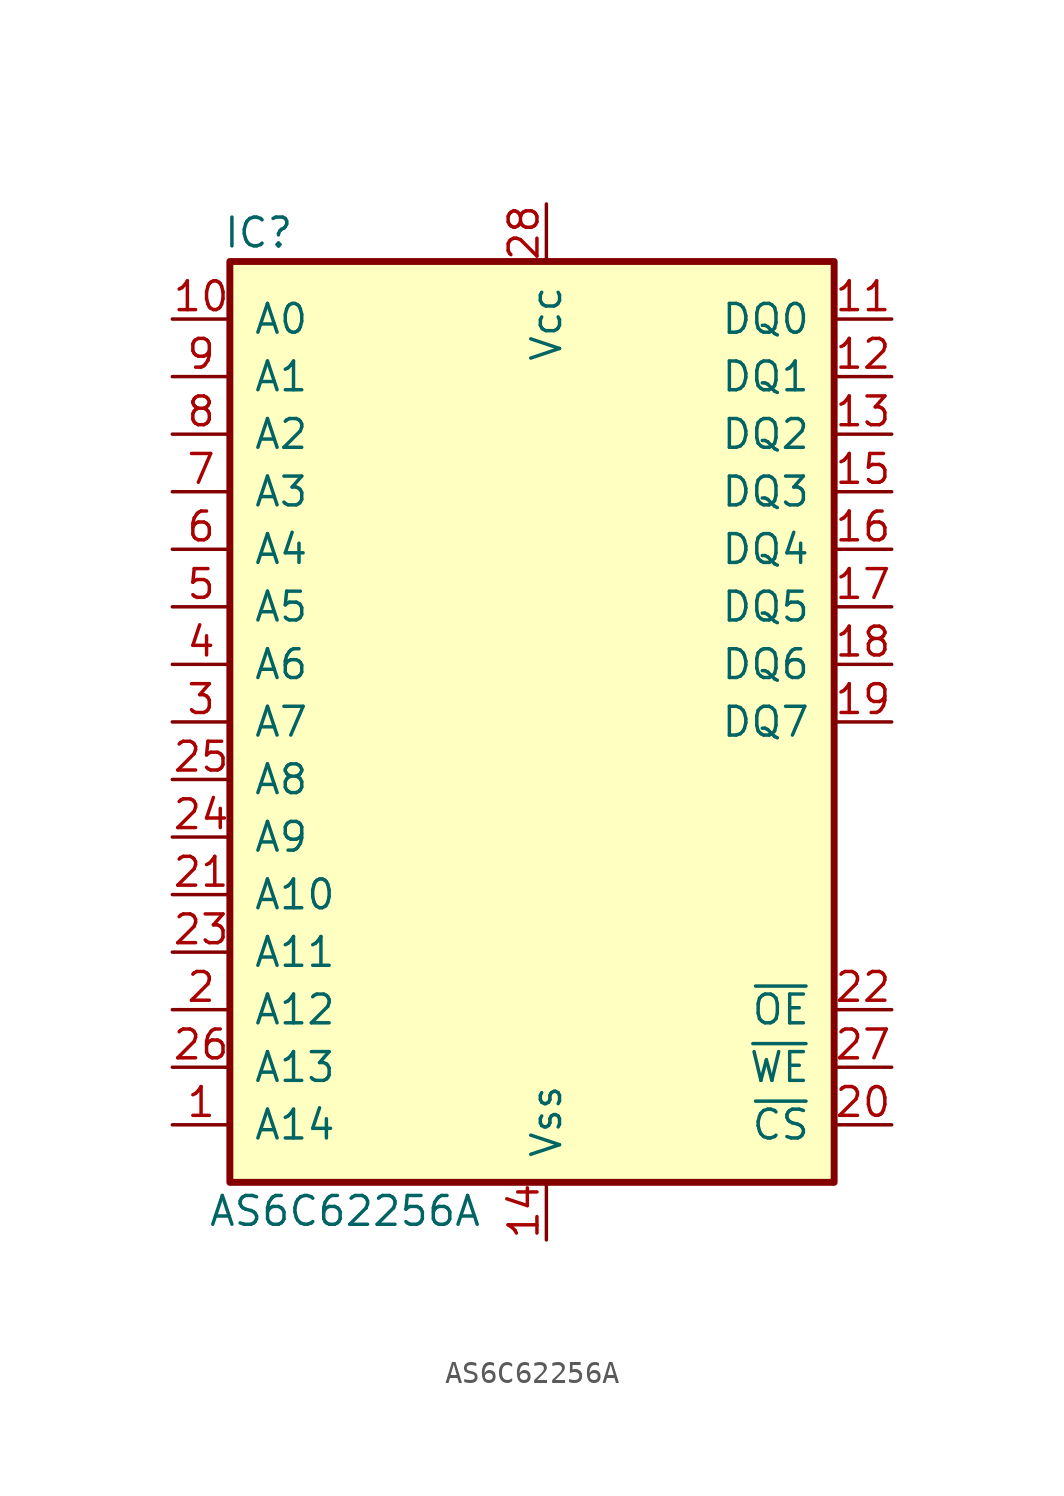
<source format=kicad_sym>
(kicad_symbol_lib
  (version 20231120)
  (generator "kicad_symbol_editor")
  (generator_version "8.0")
  (symbol "AS6C62256A"
    (pin_names
      (offset 1.016))
    (property "Reference" "IC"
      (at -12.7 21.59 0)
      (effects (font (size 1.27 1.27))))
    (property "Value" "AS6C62256A"
      (at -8.89 -21.59 0)
      (effects (font (size 1.27 1.27))))
    (symbol "AS6C62256A_1_0"
      (rectangle (start -13.97 -20.32) (end 12.7 20.32) (stroke (width 0.305) (type solid)) (fill (type background))))
    (symbol "AS6C62256A_1_1"
      (pin input line (at -16.51 -17.78 0) (length 2.54) (name "A14" (effects (font (size 1.27 1.27)))) (number "1" (effects (font (size 1.27 1.27)))))
      (pin input line (at -16.51 17.78 0) (length 2.54) (name "A0" (effects (font (size 1.27 1.27)))) (number "10" (effects (font (size 1.27 1.27)))))
      (pin input line (at 15.24 17.78 180) (length 2.54) (name "DQ0" (effects (font (size 1.27 1.27)))) (number "11" (effects (font (size 1.27 1.27)))))
      (pin input line (at 15.24 15.24 180) (length 2.54) (name "DQ1" (effects (font (size 1.27 1.27)))) (number "12" (effects (font (size 1.27 1.27)))))
      (pin input line (at 15.24 12.7 180) (length 2.54) (name "DQ2" (effects (font (size 1.27 1.27)))) (number "13" (effects (font (size 1.27 1.27)))))
      (pin power_in line (at 0 -22.86 90) (length 2.54) (name "Vss" (effects (font (size 1.27 1.27)))) (number "14" (effects (font (size 1.27 1.27)))))
      (pin input line (at 15.24 10.16 180) (length 2.54) (name "DQ3" (effects (font (size 1.27 1.27)))) (number "15" (effects (font (size 1.27 1.27)))))
      (pin input line (at 15.24 7.62 180) (length 2.54) (name "DQ4" (effects (font (size 1.27 1.27)))) (number "16" (effects (font (size 1.27 1.27)))))
      (pin input line (at 15.24 5.08 180) (length 2.54) (name "DQ5" (effects (font (size 1.27 1.27)))) (number "17" (effects (font (size 1.27 1.27)))))
      (pin input line (at 15.24 2.54 180) (length 2.54) (name "DQ6" (effects (font (size 1.27 1.27)))) (number "18" (effects (font (size 1.27 1.27)))))
      (pin input line (at 15.24 0 180) (length 2.54) (name "DQ7" (effects (font (size 1.27 1.27)))) (number "19" (effects (font (size 1.27 1.27)))))
      (pin input line (at -16.51 -12.7 0) (length 2.54) (name "A12" (effects (font (size 1.27 1.27)))) (number "2" (effects (font (size 1.27 1.27)))))
      (pin input line (at 15.24 -17.78 180) (length 2.54) (name "~{CS}" (effects (font (size 1.27 1.27)))) (number "20" (effects (font (size 1.27 1.27)))))
      (pin input line (at -16.51 -7.62 0) (length 2.54) (name "A10" (effects (font (size 1.27 1.27)))) (number "21" (effects (font (size 1.27 1.27)))))
      (pin input line (at 15.24 -12.7 180) (length 2.54) (name "~{OE}" (effects (font (size 1.27 1.27)))) (number "22" (effects (font (size 1.27 1.27)))))
      (pin input line (at -16.51 -10.16 0) (length 2.54) (name "A11" (effects (font (size 1.27 1.27)))) (number "23" (effects (font (size 1.27 1.27)))))
      (pin input line (at -16.51 -5.08 0) (length 2.54) (name "A9" (effects (font (size 1.27 1.27)))) (number "24" (effects (font (size 1.27 1.27)))))
      (pin input line (at -16.51 -2.54 0) (length 2.54) (name "A8" (effects (font (size 1.27 1.27)))) (number "25" (effects (font (size 1.27 1.27)))))
      (pin input line (at -16.51 -15.24 0) (length 2.54) (name "A13" (effects (font (size 1.27 1.27)))) (number "26" (effects (font (size 1.27 1.27)))))
      (pin input line (at 15.24 -15.24 180) (length 2.54) (name "~{WE}" (effects (font (size 1.27 1.27)))) (number "27" (effects (font (size 1.27 1.27)))))
      (pin power_in line (at 0 22.86 270) (length 2.54) (name "Vcc" (effects (font (size 1.27 1.27)))) (number "28" (effects (font (size 1.27 1.27)))))
      (pin input line (at -16.51 0 0) (length 2.54) (name "A7" (effects (font (size 1.27 1.27)))) (number "3" (effects (font (size 1.27 1.27)))))
      (pin input line (at -16.51 2.54 0) (length 2.54) (name "A6" (effects (font (size 1.27 1.27)))) (number "4" (effects (font (size 1.27 1.27)))))
      (pin input line (at -16.51 5.08 0) (length 2.54) (name "A5" (effects (font (size 1.27 1.27)))) (number "5" (effects (font (size 1.27 1.27)))))
      (pin input line (at -16.51 7.62 0) (length 2.54) (name "A4" (effects (font (size 1.27 1.27)))) (number "6" (effects (font (size 1.27 1.27)))))
      (pin input line (at -16.51 10.16 0) (length 2.54) (name "A3" (effects (font (size 1.27 1.27)))) (number "7" (effects (font (size 1.27 1.27)))))
      (pin input line (at -16.51 12.7 0) (length 2.54) (name "A2" (effects (font (size 1.27 1.27)))) (number "8" (effects (font (size 1.27 1.27)))))
      (pin input line (at -16.51 15.24 0) (length 2.54) (name "A1" (effects (font (size 1.27 1.27)))) (number "9" (effects (font (size 1.27 1.27))))))))
</source>
